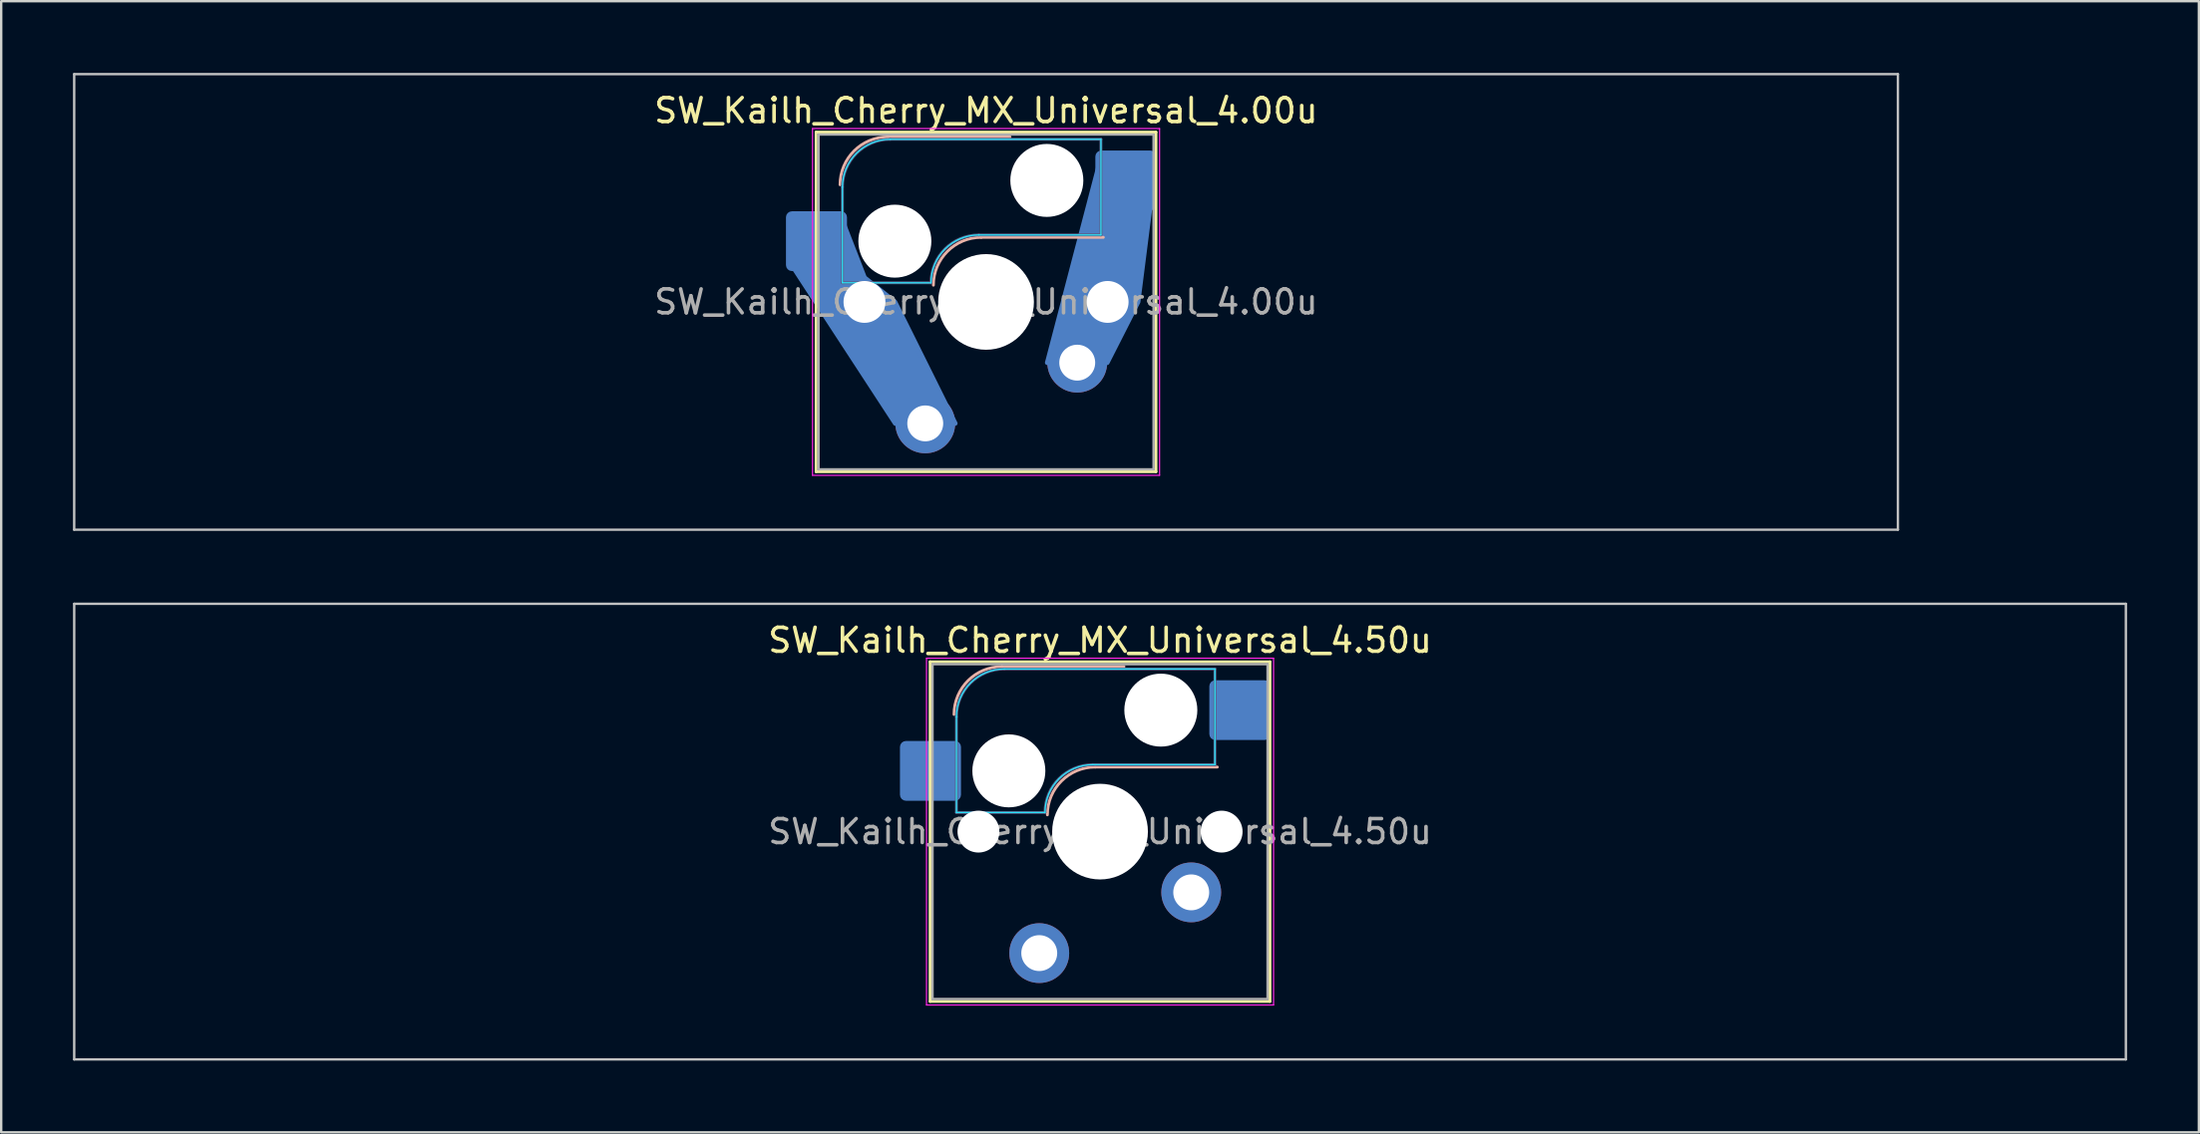
<source format=kicad_pcb>
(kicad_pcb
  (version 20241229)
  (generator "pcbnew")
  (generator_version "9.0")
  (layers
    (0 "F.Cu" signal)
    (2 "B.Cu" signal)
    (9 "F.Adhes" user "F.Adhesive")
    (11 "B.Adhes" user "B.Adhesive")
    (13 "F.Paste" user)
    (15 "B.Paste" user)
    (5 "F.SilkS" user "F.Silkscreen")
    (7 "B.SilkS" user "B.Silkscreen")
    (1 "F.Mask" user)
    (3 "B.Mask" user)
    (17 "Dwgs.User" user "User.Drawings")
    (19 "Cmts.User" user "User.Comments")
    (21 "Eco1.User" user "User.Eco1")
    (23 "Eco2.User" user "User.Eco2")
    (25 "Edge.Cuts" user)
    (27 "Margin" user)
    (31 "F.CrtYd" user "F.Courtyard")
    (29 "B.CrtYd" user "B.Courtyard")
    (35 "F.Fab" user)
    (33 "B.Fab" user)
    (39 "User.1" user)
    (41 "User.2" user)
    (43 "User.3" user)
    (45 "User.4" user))
  (footprint "SW_Kailh_Cherry_MX_Universal_4.00u"
    (layer "F.Cu")
    (at 38.15 9.575)
    (property "Reference" "SW_Kailh_Cherry_MX_Universal_4.00u" (at 0 -8 0) (layer "F.SilkS") (effects (font (size 1 1) (thickness 0.15))))
    (attr smd)
    (fp_poly (pts (xy 6.867 -4.08) (xy 6.35 0) (xy 5.06 2.54) (xy 2.56 2.54) (xy 4.817 -6.08)) (stroke (width 0.2) (type solid)) (fill yes) (layer "B.Cu"))
    (fp_poly (pts (xy -5.08 -1.015) (xy -3.81 0) (xy -1.29 5.08) (xy -3.79 5.08) (xy -8.11 -1.54) (xy -6.06 -3.54)) (stroke (width 0.2) (type solid)) (fill yes) (layer "B.Cu"))
    (fp_line (start -7.1 -7.1) (end -7.1 7.1) (stroke (width 0.12) (type solid)) (layer "F.SilkS"))
    (fp_line (start -7.1 7.1) (end 7.1 7.1) (stroke (width 0.12) (type solid)) (layer "F.SilkS"))
    (fp_line (start 7.1 -7.1) (end -7.1 -7.1) (stroke (width 0.12) (type solid)) (layer "F.SilkS"))
    (fp_line (start 7.1 7.1) (end 7.1 -7.1) (stroke (width 0.12) (type solid)) (layer "F.SilkS"))
    (fp_line (start -4.1 -6.9) (end 1 -6.9) (stroke (width 0.12) (type solid)) (layer "B.SilkS"))
    (fp_line (start -0.2 -2.7) (end 4.9 -2.7) (stroke (width 0.12) (type solid)) (layer "B.SilkS"))
    (fp_arc (start -6.1 -4.9) (mid -5.514214 -6.314214) (end -4.1 -6.9) (stroke (width 0.12) (type solid)) (layer "B.SilkS"))
    (fp_arc (start -2.2 -0.7) (mid -1.614214 -2.114214) (end -0.2 -2.7) (stroke (width 0.12) (type solid)) (layer "B.SilkS"))
    (fp_line (start -38.1 -9.525) (end -38.1 9.525) (stroke (width 0.1) (type solid)) (layer "Dwgs.User"))
    (fp_line (start -38.1 9.525) (end 38.1 9.525) (stroke (width 0.1) (type solid)) (layer "Dwgs.User"))
    (fp_line (start 38.1 -9.525) (end -38.1 -9.525) (stroke (width 0.1) (type solid)) (layer "Dwgs.User"))
    (fp_line (start 38.1 9.525) (end 38.1 -9.525) (stroke (width 0.1) (type solid)) (layer "Dwgs.User"))
    (fp_line (start -7.8 -6) (end -7 -6) (stroke (width 0.1) (type solid)) (layer "Eco1.User"))
    (fp_line (start -7.8 -2.9) (end -7.8 -6) (stroke (width 0.1) (type solid)) (layer "Eco1.User"))
    (fp_line (start -7.8 2.9) (end -7 2.9) (stroke (width 0.1) (type solid)) (layer "Eco1.User"))
    (fp_line (start -7.8 6) (end -7.8 2.9) (stroke (width 0.1) (type solid)) (layer "Eco1.User"))
    (fp_line (start -7 -7) (end 7 -7) (stroke (width 0.1) (type solid)) (layer "Eco1.User"))
    (fp_line (start -7 -6) (end -7 -7) (stroke (width 0.1) (type solid)) (layer "Eco1.User"))
    (fp_line (start -7 -2.9) (end -7.8 -2.9) (stroke (width 0.1) (type solid)) (layer "Eco1.User"))
    (fp_line (start -7 2.9) (end -7 -2.9) (stroke (width 0.1) (type solid)) (layer "Eco1.User"))
    (fp_line (start -7 6) (end -7.8 6) (stroke (width 0.1) (type solid)) (layer "Eco1.User"))
    (fp_line (start -7 7) (end -7 6) (stroke (width 0.1) (type solid)) (layer "Eco1.User"))
    (fp_line (start 7 -7) (end 7 -6) (stroke (width 0.1) (type solid)) (layer "Eco1.User"))
    (fp_line (start 7 -6) (end 7.8 -6) (stroke (width 0.1) (type solid)) (layer "Eco1.User"))
    (fp_line (start 7 -2.9) (end 7 2.9) (stroke (width 0.1) (type solid)) (layer "Eco1.User"))
    (fp_line (start 7 2.9) (end 7.8 2.9) (stroke (width 0.1) (type solid)) (layer "Eco1.User"))
    (fp_line (start 7 6) (end 7 7) (stroke (width 0.1) (type solid)) (layer "Eco1.User"))
    (fp_line (start 7 7) (end -7 7) (stroke (width 0.1) (type solid)) (layer "Eco1.User"))
    (fp_line (start 7.8 -6) (end 7.8 -2.9) (stroke (width 0.1) (type solid)) (layer "Eco1.User"))
    (fp_line (start 7.8 -2.9) (end 7 -2.9) (stroke (width 0.1) (type solid)) (layer "Eco1.User"))
    (fp_line (start 7.8 2.9) (end 7.8 6) (stroke (width 0.1) (type solid)) (layer "Eco1.User"))
    (fp_line (start 7.8 6) (end 7 6) (stroke (width 0.1) (type solid)) (layer "Eco1.User"))
    (fp_line (start -6 -0.8) (end -6 -4.8) (stroke (width 0.05) (type solid)) (layer "B.CrtYd"))
    (fp_line (start -6 -0.8) (end -2.3 -0.8) (stroke (width 0.05) (type solid)) (layer "B.CrtYd"))
    (fp_line (start -4 -6.8) (end 4.8 -6.8) (stroke (width 0.05) (type solid)) (layer "B.CrtYd"))
    (fp_line (start -0.3 -2.8) (end 4.8 -2.8) (stroke (width 0.05) (type solid)) (layer "B.CrtYd"))
    (fp_line (start 4.8 -6.8) (end 4.8 -2.8) (stroke (width 0.05) (type solid)) (layer "B.CrtYd"))
    (fp_arc (start -6 -4.8) (mid -5.414214 -6.214214) (end -4 -6.8) (stroke (width 0.05) (type solid)) (layer "B.CrtYd"))
    (fp_arc (start -2.3 -0.8) (mid -1.714214 -2.214214) (end -0.3 -2.8) (stroke (width 0.05) (type solid)) (layer "B.CrtYd"))
    (fp_line (start -7.25 -7.25) (end -7.25 7.25) (stroke (width 0.05) (type solid)) (layer "F.CrtYd"))
    (fp_line (start -7.25 7.25) (end 7.25 7.25) (stroke (width 0.05) (type solid)) (layer "F.CrtYd"))
    (fp_line (start 7.25 -7.25) (end -7.25 -7.25) (stroke (width 0.05) (type solid)) (layer "F.CrtYd"))
    (fp_line (start 7.25 7.25) (end 7.25 -7.25) (stroke (width 0.05) (type solid)) (layer "F.CrtYd"))
    (fp_line (start -6 -0.8) (end -6 -4.8) (stroke (width 0.12) (type solid)) (layer "B.Fab"))
    (fp_line (start -6 -0.8) (end -2.3 -0.8) (stroke (width 0.12) (type solid)) (layer "B.Fab"))
    (fp_line (start -4 -6.8) (end 4.8 -6.8) (stroke (width 0.12) (type solid)) (layer "B.Fab"))
    (fp_line (start -0.3 -2.8) (end 4.8 -2.8) (stroke (width 0.12) (type solid)) (layer "B.Fab"))
    (fp_line (start 4.8 -6.8) (end 4.8 -2.8) (stroke (width 0.12) (type solid)) (layer "B.Fab"))
    (fp_arc (start -6 -4.8) (mid -5.414214 -6.214214) (end -4 -6.8) (stroke (width 0.12) (type solid)) (layer "B.Fab"))
    (fp_arc (start -2.3 -0.8) (mid -1.714214 -2.214214) (end -0.3 -2.8) (stroke (width 0.12) (type solid)) (layer "B.Fab"))
    (fp_line (start -7 -7) (end -7 7) (stroke (width 0.1) (type solid)) (layer "F.Fab"))
    (fp_line (start -7 7) (end 7 7) (stroke (width 0.1) (type solid)) (layer "F.Fab"))
    (fp_line (start 7 -7) (end -7 -7) (stroke (width 0.1) (type solid)) (layer "F.Fab"))
    (fp_line (start 7 7) (end 7 -7) (stroke (width 0.1) (type solid)) (layer "F.Fab"))
    (fp_text user "${REFERENCE}" (at 0 0 0) (layer "F.Fab") (effects (font (size 1 1) (thickness 0.15))))
    (pad "" np_thru_hole circle (at -5.08 0) (size 1.75 1.75) (drill 1.75) (layers "*.Cu" "*.Mask"))
    (pad "" np_thru_hole circle (at -3.81 -2.54) (size 3.05 3.05) (drill 3.05) (layers "*.Cu" "*.Mask"))
    (pad "" np_thru_hole circle (at 0 0) (size 4 4) (drill 4) (layers "*.Cu" "*.Mask"))
    (pad "" np_thru_hole circle (at 2.54 -5.08) (size 3.05 3.05) (drill 3.05) (layers "*.Cu" "*.Mask"))
    (pad "" np_thru_hole circle (at 5.08 0) (size 1.75 1.75) (drill 1.75) (layers "*.Cu" "*.Mask"))
    (pad "1" smd roundrect (at -7.085 -2.54) (size 2.55 2.5) (layers "B.Cu" "B.Mask" "B.Paste") (roundrect_rratio 0.1))
    (pad "1" thru_hole circle (at -2.54 5.08) (size 2.5 2.5) (drill 1.5) (layers "*.Cu" "*.Mask"))
    (pad "2" thru_hole circle (at 3.81 2.54) (size 2.5 2.5) (drill 1.5) (layers "*.Cu" "*.Mask"))
    (pad "2" smd roundrect (at 5.842 -5.08) (size 2.55 2.5) (layers "B.Cu" "B.Mask" "B.Paste") (roundrect_rratio 0.1)))
  (footprint "SW_Kailh_Cherry_MX_Universal_4.50u"
    (layer "F.Cu")
    (at 42.913 31.725)
    (property "Reference" "SW_Kailh_Cherry_MX_Universal_4.50u" (at 0 -8 0) (layer "F.SilkS") (effects (font (size 1 1) (thickness 0.15))))
    (attr through_hole)
    (fp_line (start -7.1 -7.1) (end -7.1 7.1) (stroke (width 0.12) (type solid)) (layer "F.SilkS"))
    (fp_line (start -7.1 7.1) (end 7.1 7.1) (stroke (width 0.12) (type solid)) (layer "F.SilkS"))
    (fp_line (start 7.1 -7.1) (end -7.1 -7.1) (stroke (width 0.12) (type solid)) (layer "F.SilkS"))
    (fp_line (start 7.1 7.1) (end 7.1 -7.1) (stroke (width 0.12) (type solid)) (layer "F.SilkS"))
    (fp_line (start -4.1 -6.9) (end 1 -6.9) (stroke (width 0.12) (type solid)) (layer "B.SilkS"))
    (fp_line (start -0.2 -2.7) (end 4.9 -2.7) (stroke (width 0.12) (type solid)) (layer "B.SilkS"))
    (fp_arc (start -6.1 -4.9) (mid -5.514214 -6.314214) (end -4.1 -6.9) (stroke (width 0.12) (type solid)) (layer "B.SilkS"))
    (fp_arc (start -2.2 -0.7) (mid -1.614214 -2.114214) (end -0.2 -2.7) (stroke (width 0.12) (type solid)) (layer "B.SilkS"))
    (fp_line (start -42.862 -9.525) (end -42.862 9.525) (stroke (width 0.1) (type solid)) (layer "Dwgs.User"))
    (fp_line (start -42.862 9.525) (end 42.862 9.525) (stroke (width 0.1) (type solid)) (layer "Dwgs.User"))
    (fp_line (start 42.862 -9.525) (end -42.862 -9.525) (stroke (width 0.1) (type solid)) (layer "Dwgs.User"))
    (fp_line (start 42.862 9.525) (end 42.862 -9.525) (stroke (width 0.1) (type solid)) (layer "Dwgs.User"))
    (fp_line (start -7.8 -6) (end -7 -6) (stroke (width 0.1) (type solid)) (layer "Eco1.User"))
    (fp_line (start -7.8 -2.9) (end -7.8 -6) (stroke (width 0.1) (type solid)) (layer "Eco1.User"))
    (fp_line (start -7.8 2.9) (end -7 2.9) (stroke (width 0.1) (type solid)) (layer "Eco1.User"))
    (fp_line (start -7.8 6) (end -7.8 2.9) (stroke (width 0.1) (type solid)) (layer "Eco1.User"))
    (fp_line (start -7 -7) (end 7 -7) (stroke (width 0.1) (type solid)) (layer "Eco1.User"))
    (fp_line (start -7 -6) (end -7 -7) (stroke (width 0.1) (type solid)) (layer "Eco1.User"))
    (fp_line (start -7 -2.9) (end -7.8 -2.9) (stroke (width 0.1) (type solid)) (layer "Eco1.User"))
    (fp_line (start -7 2.9) (end -7 -2.9) (stroke (width 0.1) (type solid)) (layer "Eco1.User"))
    (fp_line (start -7 6) (end -7.8 6) (stroke (width 0.1) (type solid)) (layer "Eco1.User"))
    (fp_line (start -7 7) (end -7 6) (stroke (width 0.1) (type solid)) (layer "Eco1.User"))
    (fp_line (start 7 -7) (end 7 -6) (stroke (width 0.1) (type solid)) (layer "Eco1.User"))
    (fp_line (start 7 -6) (end 7.8 -6) (stroke (width 0.1) (type solid)) (layer "Eco1.User"))
    (fp_line (start 7 -2.9) (end 7 2.9) (stroke (width 0.1) (type solid)) (layer "Eco1.User"))
    (fp_line (start 7 2.9) (end 7.8 2.9) (stroke (width 0.1) (type solid)) (layer "Eco1.User"))
    (fp_line (start 7 6) (end 7 7) (stroke (width 0.1) (type solid)) (layer "Eco1.User"))
    (fp_line (start 7 7) (end -7 7) (stroke (width 0.1) (type solid)) (layer "Eco1.User"))
    (fp_line (start 7.8 -6) (end 7.8 -2.9) (stroke (width 0.1) (type solid)) (layer "Eco1.User"))
    (fp_line (start 7.8 -2.9) (end 7 -2.9) (stroke (width 0.1) (type solid)) (layer "Eco1.User"))
    (fp_line (start 7.8 2.9) (end 7.8 6) (stroke (width 0.1) (type solid)) (layer "Eco1.User"))
    (fp_line (start 7.8 6) (end 7 6) (stroke (width 0.1) (type solid)) (layer "Eco1.User"))
    (fp_line (start -6 -0.8) (end -6 -4.8) (stroke (width 0.05) (type solid)) (layer "B.CrtYd"))
    (fp_line (start -6 -0.8) (end -2.3 -0.8) (stroke (width 0.05) (type solid)) (layer "B.CrtYd"))
    (fp_line (start -4 -6.8) (end 4.8 -6.8) (stroke (width 0.05) (type solid)) (layer "B.CrtYd"))
    (fp_line (start -0.3 -2.8) (end 4.8 -2.8) (stroke (width 0.05) (type solid)) (layer "B.CrtYd"))
    (fp_line (start 4.8 -6.8) (end 4.8 -2.8) (stroke (width 0.05) (type solid)) (layer "B.CrtYd"))
    (fp_arc (start -6 -4.8) (mid -5.414214 -6.214214) (end -4 -6.8) (stroke (width 0.05) (type solid)) (layer "B.CrtYd"))
    (fp_arc (start -2.3 -0.8) (mid -1.714214 -2.214214) (end -0.3 -2.8) (stroke (width 0.05) (type solid)) (layer "B.CrtYd"))
    (fp_line (start -7.25 -7.25) (end -7.25 7.25) (stroke (width 0.05) (type solid)) (layer "F.CrtYd"))
    (fp_line (start -7.25 7.25) (end 7.25 7.25) (stroke (width 0.05) (type solid)) (layer "F.CrtYd"))
    (fp_line (start 7.25 -7.25) (end -7.25 -7.25) (stroke (width 0.05) (type solid)) (layer "F.CrtYd"))
    (fp_line (start 7.25 7.25) (end 7.25 -7.25) (stroke (width 0.05) (type solid)) (layer "F.CrtYd"))
    (fp_line (start -6 -0.8) (end -6 -4.8) (stroke (width 0.12) (type solid)) (layer "B.Fab"))
    (fp_line (start -6 -0.8) (end -2.3 -0.8) (stroke (width 0.12) (type solid)) (layer "B.Fab"))
    (fp_line (start -4 -6.8) (end 4.8 -6.8) (stroke (width 0.12) (type solid)) (layer "B.Fab"))
    (fp_line (start -0.3 -2.8) (end 4.8 -2.8) (stroke (width 0.12) (type solid)) (layer "B.Fab"))
    (fp_line (start 4.8 -6.8) (end 4.8 -2.8) (stroke (width 0.12) (type solid)) (layer "B.Fab"))
    (fp_arc (start -6 -4.8) (mid -5.414214 -6.214214) (end -4 -6.8) (stroke (width 0.12) (type solid)) (layer "B.Fab"))
    (fp_arc (start -2.3 -0.8) (mid -1.714214 -2.214214) (end -0.3 -2.8) (stroke (width 0.12) (type solid)) (layer "B.Fab"))
    (fp_line (start -7 -7) (end -7 7) (stroke (width 0.1) (type solid)) (layer "F.Fab"))
    (fp_line (start -7 7) (end 7 7) (stroke (width 0.1) (type solid)) (layer "F.Fab"))
    (fp_line (start 7 -7) (end -7 -7) (stroke (width 0.1) (type solid)) (layer "F.Fab"))
    (fp_line (start 7 7) (end 7 -7) (stroke (width 0.1) (type solid)) (layer "F.Fab"))
    (fp_text user "${REFERENCE}" (at 0 0 0) (layer "F.Fab") (effects (font (size 1 1) (thickness 0.15))))
    (pad "" np_thru_hole circle (at -5.08 0) (size 1.75 1.75) (drill 1.75) (layers "*.Cu" "*.Mask"))
    (pad "" np_thru_hole circle (at -3.81 -2.54) (size 3.05 3.05) (drill 3.05) (layers "*.Cu" "*.Mask"))
    (pad "" np_thru_hole circle (at 0 0) (size 4 4) (drill 4) (layers "*.Cu" "*.Mask"))
    (pad "" np_thru_hole circle (at 2.54 -5.08) (size 3.05 3.05) (drill 3.05) (layers "*.Cu" "*.Mask"))
    (pad "" np_thru_hole circle (at 5.08 0) (size 1.75 1.75) (drill 1.75) (layers "*.Cu" "*.Mask"))
    (pad "1" smd roundrect (at -7.085 -2.54) (size 2.55 2.5) (layers "B.Cu" "B.Mask" "B.Paste") (roundrect_rratio 0.1))
    (pad "1" thru_hole circle (at -2.54 5.08) (size 2.5 2.5) (drill 1.5) (layers "*.Cu" "*.Mask"))
    (pad "2" thru_hole circle (at 3.81 2.54) (size 2.5 2.5) (drill 1.5) (layers "*.Cu" "*.Mask"))
    (pad "2" smd roundrect (at 5.842 -5.08) (size 2.55 2.5) (layers "B.Cu" "B.Mask" "B.Paste") (roundrect_rratio 0.1)))
  (gr_rect
    (start -3 -3)
    (end 88.825 44.3)
    (stroke (width 0.1) (type default))
    (fill no)
    (layer "Edge.Cuts")))
</source>
